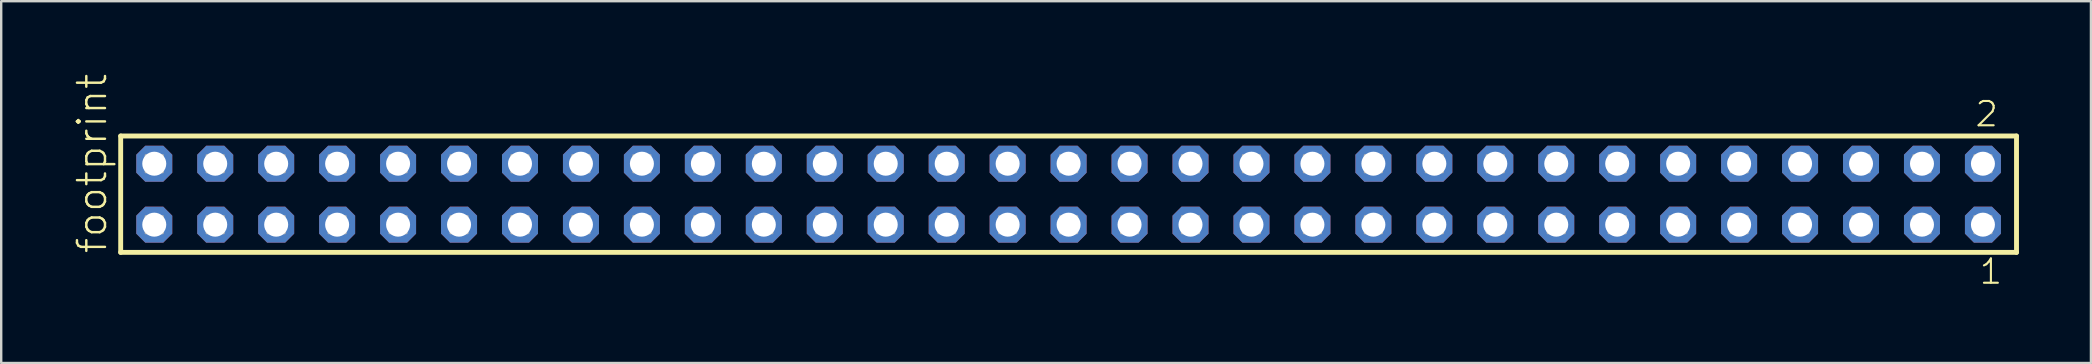
<source format=kicad_pcb>
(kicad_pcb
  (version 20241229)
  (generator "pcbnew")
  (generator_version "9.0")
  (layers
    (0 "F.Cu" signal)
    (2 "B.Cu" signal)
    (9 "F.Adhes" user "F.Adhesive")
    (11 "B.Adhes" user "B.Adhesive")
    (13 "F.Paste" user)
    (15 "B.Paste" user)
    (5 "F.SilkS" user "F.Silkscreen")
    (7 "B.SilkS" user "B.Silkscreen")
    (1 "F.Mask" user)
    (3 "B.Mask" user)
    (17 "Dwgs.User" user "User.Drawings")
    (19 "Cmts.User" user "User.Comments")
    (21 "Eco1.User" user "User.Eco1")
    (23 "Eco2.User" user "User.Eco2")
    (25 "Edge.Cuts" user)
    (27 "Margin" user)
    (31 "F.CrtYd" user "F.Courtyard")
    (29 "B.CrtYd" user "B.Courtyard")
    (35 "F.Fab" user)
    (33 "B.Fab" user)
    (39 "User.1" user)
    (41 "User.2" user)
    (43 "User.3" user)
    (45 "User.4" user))
  (footprint "footprint"
    (layer "F.Cu")
    (at 41.478 5.042)
    (property "Reference" "footprint" (at -40.005 2.54 90) (layer "F.SilkS") (effects (font (size 1.168 1.168) (thickness 0.102)) (justify left bottom)))
    (fp_line (start -39.499 -2.425) (end 39.499 -2.425) (stroke (width 0.203) (type solid)) (layer "F.SilkS"))
    (fp_line (start -39.499 2.425) (end -39.499 -2.425) (stroke (width 0.203) (type solid)) (layer "F.SilkS"))
    (fp_line (start 39.499 -2.425) (end 39.499 2.425) (stroke (width 0.203) (type solid)) (layer "F.SilkS"))
    (fp_line (start 39.499 2.425) (end -39.499 2.425) (stroke (width 0.203) (type solid)) (layer "F.SilkS"))
    (fp_poly (pts (xy -38.45 -0.92) (xy -37.75 -0.92) (xy -37.75 -1.62) (xy -38.45 -1.62)) (stroke (width 0.1) (type solid)) (fill no) (layer "F.Fab"))
    (fp_poly (pts (xy -38.45 1.62) (xy -37.75 1.62) (xy -37.75 0.92) (xy -38.45 0.92)) (stroke (width 0.1) (type solid)) (fill no) (layer "F.Fab"))
    (fp_poly (pts (xy -35.91 -0.92) (xy -35.21 -0.92) (xy -35.21 -1.62) (xy -35.91 -1.62)) (stroke (width 0.1) (type solid)) (fill no) (layer "F.Fab"))
    (fp_poly (pts (xy -35.91 1.62) (xy -35.21 1.62) (xy -35.21 0.92) (xy -35.91 0.92)) (stroke (width 0.1) (type solid)) (fill no) (layer "F.Fab"))
    (fp_poly (pts (xy -33.37 -0.92) (xy -32.67 -0.92) (xy -32.67 -1.62) (xy -33.37 -1.62)) (stroke (width 0.1) (type solid)) (fill no) (layer "F.Fab"))
    (fp_poly (pts (xy -33.37 1.62) (xy -32.67 1.62) (xy -32.67 0.92) (xy -33.37 0.92)) (stroke (width 0.1) (type solid)) (fill no) (layer "F.Fab"))
    (fp_poly (pts (xy -30.83 -0.92) (xy -30.13 -0.92) (xy -30.13 -1.62) (xy -30.83 -1.62)) (stroke (width 0.1) (type solid)) (fill no) (layer "F.Fab"))
    (fp_poly (pts (xy -30.83 1.62) (xy -30.13 1.62) (xy -30.13 0.92) (xy -30.83 0.92)) (stroke (width 0.1) (type solid)) (fill no) (layer "F.Fab"))
    (fp_poly (pts (xy -28.29 -0.92) (xy -27.59 -0.92) (xy -27.59 -1.62) (xy -28.29 -1.62)) (stroke (width 0.1) (type solid)) (fill no) (layer "F.Fab"))
    (fp_poly (pts (xy -28.29 1.62) (xy -27.59 1.62) (xy -27.59 0.92) (xy -28.29 0.92)) (stroke (width 0.1) (type solid)) (fill no) (layer "F.Fab"))
    (fp_poly (pts (xy -25.75 -0.92) (xy -25.05 -0.92) (xy -25.05 -1.62) (xy -25.75 -1.62)) (stroke (width 0.1) (type solid)) (fill no) (layer "F.Fab"))
    (fp_poly (pts (xy -25.75 1.62) (xy -25.05 1.62) (xy -25.05 0.92) (xy -25.75 0.92)) (stroke (width 0.1) (type solid)) (fill no) (layer "F.Fab"))
    (fp_poly (pts (xy -23.21 -0.92) (xy -22.51 -0.92) (xy -22.51 -1.62) (xy -23.21 -1.62)) (stroke (width 0.1) (type solid)) (fill no) (layer "F.Fab"))
    (fp_poly (pts (xy -23.21 1.62) (xy -22.51 1.62) (xy -22.51 0.92) (xy -23.21 0.92)) (stroke (width 0.1) (type solid)) (fill no) (layer "F.Fab"))
    (fp_poly (pts (xy -20.67 -0.92) (xy -19.97 -0.92) (xy -19.97 -1.62) (xy -20.67 -1.62)) (stroke (width 0.1) (type solid)) (fill no) (layer "F.Fab"))
    (fp_poly (pts (xy -20.67 1.62) (xy -19.97 1.62) (xy -19.97 0.92) (xy -20.67 0.92)) (stroke (width 0.1) (type solid)) (fill no) (layer "F.Fab"))
    (fp_poly (pts (xy -18.13 -0.92) (xy -17.43 -0.92) (xy -17.43 -1.62) (xy -18.13 -1.62)) (stroke (width 0.1) (type solid)) (fill no) (layer "F.Fab"))
    (fp_poly (pts (xy -18.13 1.62) (xy -17.43 1.62) (xy -17.43 0.92) (xy -18.13 0.92)) (stroke (width 0.1) (type solid)) (fill no) (layer "F.Fab"))
    (fp_poly (pts (xy -15.59 -0.92) (xy -14.89 -0.92) (xy -14.89 -1.62) (xy -15.59 -1.62)) (stroke (width 0.1) (type solid)) (fill no) (layer "F.Fab"))
    (fp_poly (pts (xy -15.59 1.62) (xy -14.89 1.62) (xy -14.89 0.92) (xy -15.59 0.92)) (stroke (width 0.1) (type solid)) (fill no) (layer "F.Fab"))
    (fp_poly (pts (xy -13.05 -0.92) (xy -12.35 -0.92) (xy -12.35 -1.62) (xy -13.05 -1.62)) (stroke (width 0.1) (type solid)) (fill no) (layer "F.Fab"))
    (fp_poly (pts (xy -13.05 1.62) (xy -12.35 1.62) (xy -12.35 0.92) (xy -13.05 0.92)) (stroke (width 0.1) (type solid)) (fill no) (layer "F.Fab"))
    (fp_poly (pts (xy -10.51 -0.92) (xy -9.81 -0.92) (xy -9.81 -1.62) (xy -10.51 -1.62)) (stroke (width 0.1) (type solid)) (fill no) (layer "F.Fab"))
    (fp_poly (pts (xy -10.51 1.62) (xy -9.81 1.62) (xy -9.81 0.92) (xy -10.51 0.92)) (stroke (width 0.1) (type solid)) (fill no) (layer "F.Fab"))
    (fp_poly (pts (xy -7.97 -0.92) (xy -7.27 -0.92) (xy -7.27 -1.62) (xy -7.97 -1.62)) (stroke (width 0.1) (type solid)) (fill no) (layer "F.Fab"))
    (fp_poly (pts (xy -7.97 1.62) (xy -7.27 1.62) (xy -7.27 0.92) (xy -7.97 0.92)) (stroke (width 0.1) (type solid)) (fill no) (layer "F.Fab"))
    (fp_poly (pts (xy -5.43 -0.92) (xy -4.73 -0.92) (xy -4.73 -1.62) (xy -5.43 -1.62)) (stroke (width 0.1) (type solid)) (fill no) (layer "F.Fab"))
    (fp_poly (pts (xy -5.43 1.62) (xy -4.73 1.62) (xy -4.73 0.92) (xy -5.43 0.92)) (stroke (width 0.1) (type solid)) (fill no) (layer "F.Fab"))
    (fp_poly (pts (xy -2.89 -0.92) (xy -2.19 -0.92) (xy -2.19 -1.62) (xy -2.89 -1.62)) (stroke (width 0.1) (type solid)) (fill no) (layer "F.Fab"))
    (fp_poly (pts (xy -2.89 1.62) (xy -2.19 1.62) (xy -2.19 0.92) (xy -2.89 0.92)) (stroke (width 0.1) (type solid)) (fill no) (layer "F.Fab"))
    (fp_poly (pts (xy -0.35 -0.92) (xy 0.35 -0.92) (xy 0.35 -1.62) (xy -0.35 -1.62)) (stroke (width 0.1) (type solid)) (fill no) (layer "F.Fab"))
    (fp_poly (pts (xy -0.35 1.62) (xy 0.35 1.62) (xy 0.35 0.92) (xy -0.35 0.92)) (stroke (width 0.1) (type solid)) (fill no) (layer "F.Fab"))
    (fp_poly (pts (xy 2.19 -0.92) (xy 2.89 -0.92) (xy 2.89 -1.62) (xy 2.19 -1.62)) (stroke (width 0.1) (type solid)) (fill no) (layer "F.Fab"))
    (fp_poly (pts (xy 2.19 1.62) (xy 2.89 1.62) (xy 2.89 0.92) (xy 2.19 0.92)) (stroke (width 0.1) (type solid)) (fill no) (layer "F.Fab"))
    (fp_poly (pts (xy 4.73 -0.92) (xy 5.43 -0.92) (xy 5.43 -1.62) (xy 4.73 -1.62)) (stroke (width 0.1) (type solid)) (fill no) (layer "F.Fab"))
    (fp_poly (pts (xy 4.73 1.62) (xy 5.43 1.62) (xy 5.43 0.92) (xy 4.73 0.92)) (stroke (width 0.1) (type solid)) (fill no) (layer "F.Fab"))
    (fp_poly (pts (xy 7.27 -0.92) (xy 7.97 -0.92) (xy 7.97 -1.62) (xy 7.27 -1.62)) (stroke (width 0.1) (type solid)) (fill no) (layer "F.Fab"))
    (fp_poly (pts (xy 7.27 1.62) (xy 7.97 1.62) (xy 7.97 0.92) (xy 7.27 0.92)) (stroke (width 0.1) (type solid)) (fill no) (layer "F.Fab"))
    (fp_poly (pts (xy 9.81 -0.92) (xy 10.51 -0.92) (xy 10.51 -1.62) (xy 9.81 -1.62)) (stroke (width 0.1) (type solid)) (fill no) (layer "F.Fab"))
    (fp_poly (pts (xy 9.81 1.62) (xy 10.51 1.62) (xy 10.51 0.92) (xy 9.81 0.92)) (stroke (width 0.1) (type solid)) (fill no) (layer "F.Fab"))
    (fp_poly (pts (xy 12.35 -0.92) (xy 13.05 -0.92) (xy 13.05 -1.62) (xy 12.35 -1.62)) (stroke (width 0.1) (type solid)) (fill no) (layer "F.Fab"))
    (fp_poly (pts (xy 12.35 1.62) (xy 13.05 1.62) (xy 13.05 0.92) (xy 12.35 0.92)) (stroke (width 0.1) (type solid)) (fill no) (layer "F.Fab"))
    (fp_poly (pts (xy 14.89 -0.92) (xy 15.59 -0.92) (xy 15.59 -1.62) (xy 14.89 -1.62)) (stroke (width 0.1) (type solid)) (fill no) (layer "F.Fab"))
    (fp_poly (pts (xy 14.89 1.62) (xy 15.59 1.62) (xy 15.59 0.92) (xy 14.89 0.92)) (stroke (width 0.1) (type solid)) (fill no) (layer "F.Fab"))
    (fp_poly (pts (xy 17.43 -0.92) (xy 18.13 -0.92) (xy 18.13 -1.62) (xy 17.43 -1.62)) (stroke (width 0.1) (type solid)) (fill no) (layer "F.Fab"))
    (fp_poly (pts (xy 17.43 1.62) (xy 18.13 1.62) (xy 18.13 0.92) (xy 17.43 0.92)) (stroke (width 0.1) (type solid)) (fill no) (layer "F.Fab"))
    (fp_poly (pts (xy 19.97 -0.92) (xy 20.67 -0.92) (xy 20.67 -1.62) (xy 19.97 -1.62)) (stroke (width 0.1) (type solid)) (fill no) (layer "F.Fab"))
    (fp_poly (pts (xy 19.97 1.62) (xy 20.67 1.62) (xy 20.67 0.92) (xy 19.97 0.92)) (stroke (width 0.1) (type solid)) (fill no) (layer "F.Fab"))
    (fp_poly (pts (xy 22.51 -0.92) (xy 23.21 -0.92) (xy 23.21 -1.62) (xy 22.51 -1.62)) (stroke (width 0.1) (type solid)) (fill no) (layer "F.Fab"))
    (fp_poly (pts (xy 22.51 1.62) (xy 23.21 1.62) (xy 23.21 0.92) (xy 22.51 0.92)) (stroke (width 0.1) (type solid)) (fill no) (layer "F.Fab"))
    (fp_poly (pts (xy 25.05 -0.92) (xy 25.75 -0.92) (xy 25.75 -1.62) (xy 25.05 -1.62)) (stroke (width 0.1) (type solid)) (fill no) (layer "F.Fab"))
    (fp_poly (pts (xy 25.05 1.62) (xy 25.75 1.62) (xy 25.75 0.92) (xy 25.05 0.92)) (stroke (width 0.1) (type solid)) (fill no) (layer "F.Fab"))
    (fp_poly (pts (xy 27.59 -0.92) (xy 28.29 -0.92) (xy 28.29 -1.62) (xy 27.59 -1.62)) (stroke (width 0.1) (type solid)) (fill no) (layer "F.Fab"))
    (fp_poly (pts (xy 27.59 1.62) (xy 28.29 1.62) (xy 28.29 0.92) (xy 27.59 0.92)) (stroke (width 0.1) (type solid)) (fill no) (layer "F.Fab"))
    (fp_poly (pts (xy 30.13 -0.92) (xy 30.83 -0.92) (xy 30.83 -1.62) (xy 30.13 -1.62)) (stroke (width 0.1) (type solid)) (fill no) (layer "F.Fab"))
    (fp_poly (pts (xy 30.13 1.62) (xy 30.83 1.62) (xy 30.83 0.92) (xy 30.13 0.92)) (stroke (width 0.1) (type solid)) (fill no) (layer "F.Fab"))
    (fp_poly (pts (xy 32.67 -0.92) (xy 33.37 -0.92) (xy 33.37 -1.62) (xy 32.67 -1.62)) (stroke (width 0.1) (type solid)) (fill no) (layer "F.Fab"))
    (fp_poly (pts (xy 32.67 1.62) (xy 33.37 1.62) (xy 33.37 0.92) (xy 32.67 0.92)) (stroke (width 0.1) (type solid)) (fill no) (layer "F.Fab"))
    (fp_poly (pts (xy 35.21 -0.92) (xy 35.91 -0.92) (xy 35.91 -1.62) (xy 35.21 -1.62)) (stroke (width 0.1) (type solid)) (fill no) (layer "F.Fab"))
    (fp_poly (pts (xy 35.21 1.62) (xy 35.91 1.62) (xy 35.91 0.92) (xy 35.21 0.92)) (stroke (width 0.1) (type solid)) (fill no) (layer "F.Fab"))
    (fp_poly (pts (xy 37.75 -0.92) (xy 38.45 -0.92) (xy 38.45 -1.62) (xy 37.75 -1.62)) (stroke (width 0.1) (type solid)) (fill no) (layer "F.Fab"))
    (fp_poly (pts (xy 37.75 1.62) (xy 38.45 1.62) (xy 38.45 0.92) (xy 37.75 0.92)) (stroke (width 0.1) (type solid)) (fill no) (layer "F.Fab"))
    (fp_text user "1" (at 37.892 3.818 0) (layer "F.SilkS") (effects (font (size 1.012 1.012) (thickness 0.088)) (justify left bottom)))
    (fp_text user "2" (at 37.717 -2.744 0) (layer "F.SilkS") (effects (font (size 1.012 1.012) (thickness 0.088)) (justify left bottom)))
    (pad "1" thru_hole roundrect (at 38.1 1.27 180) (size 1.5 1.5) (drill 1) (layers "*.Cu" "*.Mask") (roundrect_rratio 0.25) (chamfer_ratio 0.25) (chamfer top_left top_right bottom_left bottom_right))
    (pad "2" thru_hole roundrect (at 38.1 -1.27 180) (size 1.5 1.5) (drill 1) (layers "*.Cu" "*.Mask") (roundrect_rratio 0.25) (chamfer_ratio 0.25) (chamfer top_left top_right bottom_left bottom_right))
    (pad "3" thru_hole roundrect (at 35.56 1.27 180) (size 1.5 1.5) (drill 1) (layers "*.Cu" "*.Mask") (roundrect_rratio 0.25) (chamfer_ratio 0.25) (chamfer top_left top_right bottom_left bottom_right))
    (pad "4" thru_hole roundrect (at 35.56 -1.27 180) (size 1.5 1.5) (drill 1) (layers "*.Cu" "*.Mask") (roundrect_rratio 0.25) (chamfer_ratio 0.25) (chamfer top_left top_right bottom_left bottom_right))
    (pad "5" thru_hole roundrect (at 33.02 1.27 180) (size 1.5 1.5) (drill 1) (layers "*.Cu" "*.Mask") (roundrect_rratio 0.25) (chamfer_ratio 0.25) (chamfer top_left top_right bottom_left bottom_right))
    (pad "6" thru_hole roundrect (at 33.02 -1.27 180) (size 1.5 1.5) (drill 1) (layers "*.Cu" "*.Mask") (roundrect_rratio 0.25) (chamfer_ratio 0.25) (chamfer top_left top_right bottom_left bottom_right))
    (pad "7" thru_hole roundrect (at 30.48 1.27 180) (size 1.5 1.5) (drill 1) (layers "*.Cu" "*.Mask") (roundrect_rratio 0.25) (chamfer_ratio 0.25) (chamfer top_left top_right bottom_left bottom_right))
    (pad "8" thru_hole roundrect (at 30.48 -1.27 180) (size 1.5 1.5) (drill 1) (layers "*.Cu" "*.Mask") (roundrect_rratio 0.25) (chamfer_ratio 0.25) (chamfer top_left top_right bottom_left bottom_right))
    (pad "9" thru_hole roundrect (at 27.94 1.27 180) (size 1.5 1.5) (drill 1) (layers "*.Cu" "*.Mask") (roundrect_rratio 0.25) (chamfer_ratio 0.25) (chamfer top_left top_right bottom_left bottom_right))
    (pad "10" thru_hole roundrect (at 27.94 -1.27 180) (size 1.5 1.5) (drill 1) (layers "*.Cu" "*.Mask") (roundrect_rratio 0.25) (chamfer_ratio 0.25) (chamfer top_left top_right bottom_left bottom_right))
    (pad "11" thru_hole roundrect (at 25.4 1.27 180) (size 1.5 1.5) (drill 1) (layers "*.Cu" "*.Mask") (roundrect_rratio 0.25) (chamfer_ratio 0.25) (chamfer top_left top_right bottom_left bottom_right))
    (pad "12" thru_hole roundrect (at 25.4 -1.27 180) (size 1.5 1.5) (drill 1) (layers "*.Cu" "*.Mask") (roundrect_rratio 0.25) (chamfer_ratio 0.25) (chamfer top_left top_right bottom_left bottom_right))
    (pad "13" thru_hole roundrect (at 22.86 1.27 180) (size 1.5 1.5) (drill 1) (layers "*.Cu" "*.Mask") (roundrect_rratio 0.25) (chamfer_ratio 0.25) (chamfer top_left top_right bottom_left bottom_right))
    (pad "14" thru_hole roundrect (at 22.86 -1.27 180) (size 1.5 1.5) (drill 1) (layers "*.Cu" "*.Mask") (roundrect_rratio 0.25) (chamfer_ratio 0.25) (chamfer top_left top_right bottom_left bottom_right))
    (pad "15" thru_hole roundrect (at 20.32 1.27 180) (size 1.5 1.5) (drill 1) (layers "*.Cu" "*.Mask") (roundrect_rratio 0.25) (chamfer_ratio 0.25) (chamfer top_left top_right bottom_left bottom_right))
    (pad "16" thru_hole roundrect (at 20.32 -1.27 180) (size 1.5 1.5) (drill 1) (layers "*.Cu" "*.Mask") (roundrect_rratio 0.25) (chamfer_ratio 0.25) (chamfer top_left top_right bottom_left bottom_right))
    (pad "17" thru_hole roundrect (at 17.78 1.27 180) (size 1.5 1.5) (drill 1) (layers "*.Cu" "*.Mask") (roundrect_rratio 0.25) (chamfer_ratio 0.25) (chamfer top_left top_right bottom_left bottom_right))
    (pad "18" thru_hole roundrect (at 17.78 -1.27 180) (size 1.5 1.5) (drill 1) (layers "*.Cu" "*.Mask") (roundrect_rratio 0.25) (chamfer_ratio 0.25) (chamfer top_left top_right bottom_left bottom_right))
    (pad "19" thru_hole roundrect (at 15.24 1.27 180) (size 1.5 1.5) (drill 1) (layers "*.Cu" "*.Mask") (roundrect_rratio 0.25) (chamfer_ratio 0.25) (chamfer top_left top_right bottom_left bottom_right))
    (pad "20" thru_hole roundrect (at 15.24 -1.27 180) (size 1.5 1.5) (drill 1) (layers "*.Cu" "*.Mask") (roundrect_rratio 0.25) (chamfer_ratio 0.25) (chamfer top_left top_right bottom_left bottom_right))
    (pad "21" thru_hole roundrect (at 12.7 1.27 180) (size 1.5 1.5) (drill 1) (layers "*.Cu" "*.Mask") (roundrect_rratio 0.25) (chamfer_ratio 0.25) (chamfer top_left top_right bottom_left bottom_right))
    (pad "22" thru_hole roundrect (at 12.7 -1.27 180) (size 1.5 1.5) (drill 1) (layers "*.Cu" "*.Mask") (roundrect_rratio 0.25) (chamfer_ratio 0.25) (chamfer top_left top_right bottom_left bottom_right))
    (pad "23" thru_hole roundrect (at 10.16 1.27 180) (size 1.5 1.5) (drill 1) (layers "*.Cu" "*.Mask") (roundrect_rratio 0.25) (chamfer_ratio 0.25) (chamfer top_left top_right bottom_left bottom_right))
    (pad "24" thru_hole roundrect (at 10.16 -1.27 180) (size 1.5 1.5) (drill 1) (layers "*.Cu" "*.Mask") (roundrect_rratio 0.25) (chamfer_ratio 0.25) (chamfer top_left top_right bottom_left bottom_right))
    (pad "25" thru_hole roundrect (at 7.62 1.27 180) (size 1.5 1.5) (drill 1) (layers "*.Cu" "*.Mask") (roundrect_rratio 0.25) (chamfer_ratio 0.25) (chamfer top_left top_right bottom_left bottom_right))
    (pad "26" thru_hole roundrect (at 7.62 -1.27 180) (size 1.5 1.5) (drill 1) (layers "*.Cu" "*.Mask") (roundrect_rratio 0.25) (chamfer_ratio 0.25) (chamfer top_left top_right bottom_left bottom_right))
    (pad "27" thru_hole roundrect (at 5.08 1.27 180) (size 1.5 1.5) (drill 1) (layers "*.Cu" "*.Mask") (roundrect_rratio 0.25) (chamfer_ratio 0.25) (chamfer top_left top_right bottom_left bottom_right))
    (pad "28" thru_hole roundrect (at 5.08 -1.27 180) (size 1.5 1.5) (drill 1) (layers "*.Cu" "*.Mask") (roundrect_rratio 0.25) (chamfer_ratio 0.25) (chamfer top_left top_right bottom_left bottom_right))
    (pad "29" thru_hole roundrect (at 2.54 1.27 180) (size 1.5 1.5) (drill 1) (layers "*.Cu" "*.Mask") (roundrect_rratio 0.25) (chamfer_ratio 0.25) (chamfer top_left top_right bottom_left bottom_right))
    (pad "30" thru_hole roundrect (at 2.54 -1.27 180) (size 1.5 1.5) (drill 1) (layers "*.Cu" "*.Mask") (roundrect_rratio 0.25) (chamfer_ratio 0.25) (chamfer top_left top_right bottom_left bottom_right))
    (pad "31" thru_hole roundrect (at 0 1.27 180) (size 1.5 1.5) (drill 1) (layers "*.Cu" "*.Mask") (roundrect_rratio 0.25) (chamfer_ratio 0.25) (chamfer top_left top_right bottom_left bottom_right))
    (pad "32" thru_hole roundrect (at 0 -1.27 180) (size 1.5 1.5) (drill 1) (layers "*.Cu" "*.Mask") (roundrect_rratio 0.25) (chamfer_ratio 0.25) (chamfer top_left top_right bottom_left bottom_right))
    (pad "33" thru_hole roundrect (at -2.54 1.27 180) (size 1.5 1.5) (drill 1) (layers "*.Cu" "*.Mask") (roundrect_rratio 0.25) (chamfer_ratio 0.25) (chamfer top_left top_right bottom_left bottom_right))
    (pad "34" thru_hole roundrect (at -2.54 -1.27 180) (size 1.5 1.5) (drill 1) (layers "*.Cu" "*.Mask") (roundrect_rratio 0.25) (chamfer_ratio 0.25) (chamfer top_left top_right bottom_left bottom_right))
    (pad "35" thru_hole roundrect (at -5.08 1.27 180) (size 1.5 1.5) (drill 1) (layers "*.Cu" "*.Mask") (roundrect_rratio 0.25) (chamfer_ratio 0.25) (chamfer top_left top_right bottom_left bottom_right))
    (pad "36" thru_hole roundrect (at -5.08 -1.27 180) (size 1.5 1.5) (drill 1) (layers "*.Cu" "*.Mask") (roundrect_rratio 0.25) (chamfer_ratio 0.25) (chamfer top_left top_right bottom_left bottom_right))
    (pad "37" thru_hole roundrect (at -7.62 1.27 180) (size 1.5 1.5) (drill 1) (layers "*.Cu" "*.Mask") (roundrect_rratio 0.25) (chamfer_ratio 0.25) (chamfer top_left top_right bottom_left bottom_right))
    (pad "38" thru_hole roundrect (at -7.62 -1.27 180) (size 1.5 1.5) (drill 1) (layers "*.Cu" "*.Mask") (roundrect_rratio 0.25) (chamfer_ratio 0.25) (chamfer top_left top_right bottom_left bottom_right))
    (pad "39" thru_hole roundrect (at -10.16 1.27 180) (size 1.5 1.5) (drill 1) (layers "*.Cu" "*.Mask") (roundrect_rratio 0.25) (chamfer_ratio 0.25) (chamfer top_left top_right bottom_left bottom_right))
    (pad "40" thru_hole roundrect (at -10.16 -1.27 180) (size 1.5 1.5) (drill 1) (layers "*.Cu" "*.Mask") (roundrect_rratio 0.25) (chamfer_ratio 0.25) (chamfer top_left top_right bottom_left bottom_right))
    (pad "41" thru_hole roundrect (at -12.7 1.27 180) (size 1.5 1.5) (drill 1) (layers "*.Cu" "*.Mask") (roundrect_rratio 0.25) (chamfer_ratio 0.25) (chamfer top_left top_right bottom_left bottom_right))
    (pad "42" thru_hole roundrect (at -12.7 -1.27 180) (size 1.5 1.5) (drill 1) (layers "*.Cu" "*.Mask") (roundrect_rratio 0.25) (chamfer_ratio 0.25) (chamfer top_left top_right bottom_left bottom_right))
    (pad "43" thru_hole roundrect (at -15.24 1.27 180) (size 1.5 1.5) (drill 1) (layers "*.Cu" "*.Mask") (roundrect_rratio 0.25) (chamfer_ratio 0.25) (chamfer top_left top_right bottom_left bottom_right))
    (pad "44" thru_hole roundrect (at -15.24 -1.27 180) (size 1.5 1.5) (drill 1) (layers "*.Cu" "*.Mask") (roundrect_rratio 0.25) (chamfer_ratio 0.25) (chamfer top_left top_right bottom_left bottom_right))
    (pad "45" thru_hole roundrect (at -17.78 1.27 180) (size 1.5 1.5) (drill 1) (layers "*.Cu" "*.Mask") (roundrect_rratio 0.25) (chamfer_ratio 0.25) (chamfer top_left top_right bottom_left bottom_right))
    (pad "46" thru_hole roundrect (at -17.78 -1.27 180) (size 1.5 1.5) (drill 1) (layers "*.Cu" "*.Mask") (roundrect_rratio 0.25) (chamfer_ratio 0.25) (chamfer top_left top_right bottom_left bottom_right))
    (pad "47" thru_hole roundrect (at -20.32 1.27 180) (size 1.5 1.5) (drill 1) (layers "*.Cu" "*.Mask") (roundrect_rratio 0.25) (chamfer_ratio 0.25) (chamfer top_left top_right bottom_left bottom_right))
    (pad "48" thru_hole roundrect (at -20.32 -1.27 180) (size 1.5 1.5) (drill 1) (layers "*.Cu" "*.Mask") (roundrect_rratio 0.25) (chamfer_ratio 0.25) (chamfer top_left top_right bottom_left bottom_right))
    (pad "49" thru_hole roundrect (at -22.86 1.27 180) (size 1.5 1.5) (drill 1) (layers "*.Cu" "*.Mask") (roundrect_rratio 0.25) (chamfer_ratio 0.25) (chamfer top_left top_right bottom_left bottom_right))
    (pad "50" thru_hole roundrect (at -22.86 -1.27 180) (size 1.5 1.5) (drill 1) (layers "*.Cu" "*.Mask") (roundrect_rratio 0.25) (chamfer_ratio 0.25) (chamfer top_left top_right bottom_left bottom_right))
    (pad "51" thru_hole roundrect (at -25.4 1.27 180) (size 1.5 1.5) (drill 1) (layers "*.Cu" "*.Mask") (roundrect_rratio 0.25) (chamfer_ratio 0.25) (chamfer top_left top_right bottom_left bottom_right))
    (pad "52" thru_hole roundrect (at -25.4 -1.27 180) (size 1.5 1.5) (drill 1) (layers "*.Cu" "*.Mask") (roundrect_rratio 0.25) (chamfer_ratio 0.25) (chamfer top_left top_right bottom_left bottom_right))
    (pad "53" thru_hole roundrect (at -27.94 1.27 180) (size 1.5 1.5) (drill 1) (layers "*.Cu" "*.Mask") (roundrect_rratio 0.25) (chamfer_ratio 0.25) (chamfer top_left top_right bottom_left bottom_right))
    (pad "54" thru_hole roundrect (at -27.94 -1.27 180) (size 1.5 1.5) (drill 1) (layers "*.Cu" "*.Mask") (roundrect_rratio 0.25) (chamfer_ratio 0.25) (chamfer top_left top_right bottom_left bottom_right))
    (pad "55" thru_hole roundrect (at -30.48 1.27 180) (size 1.5 1.5) (drill 1) (layers "*.Cu" "*.Mask") (roundrect_rratio 0.25) (chamfer_ratio 0.25) (chamfer top_left top_right bottom_left bottom_right))
    (pad "56" thru_hole roundrect (at -30.48 -1.27 180) (size 1.5 1.5) (drill 1) (layers "*.Cu" "*.Mask") (roundrect_rratio 0.25) (chamfer_ratio 0.25) (chamfer top_left top_right bottom_left bottom_right))
    (pad "57" thru_hole roundrect (at -33.02 1.27 180) (size 1.5 1.5) (drill 1) (layers "*.Cu" "*.Mask") (roundrect_rratio 0.25) (chamfer_ratio 0.25) (chamfer top_left top_right bottom_left bottom_right))
    (pad "58" thru_hole roundrect (at -33.02 -1.27 180) (size 1.5 1.5) (drill 1) (layers "*.Cu" "*.Mask") (roundrect_rratio 0.25) (chamfer_ratio 0.25) (chamfer top_left top_right bottom_left bottom_right))
    (pad "59" thru_hole roundrect (at -35.56 1.27 180) (size 1.5 1.5) (drill 1) (layers "*.Cu" "*.Mask") (roundrect_rratio 0.25) (chamfer_ratio 0.25) (chamfer top_left top_right bottom_left bottom_right))
    (pad "60" thru_hole roundrect (at -35.56 -1.27 180) (size 1.5 1.5) (drill 1) (layers "*.Cu" "*.Mask") (roundrect_rratio 0.25) (chamfer_ratio 0.25) (chamfer top_left top_right bottom_left bottom_right))
    (pad "61" thru_hole roundrect (at -38.1 1.27 180) (size 1.5 1.5) (drill 1) (layers "*.Cu" "*.Mask") (roundrect_rratio 0.25) (chamfer_ratio 0.25) (chamfer top_left top_right bottom_left bottom_right))
    (pad "62" thru_hole roundrect (at -38.1 -1.27 180) (size 1.5 1.5) (drill 1) (layers "*.Cu" "*.Mask") (roundrect_rratio 0.25) (chamfer_ratio 0.25) (chamfer top_left top_right bottom_left bottom_right)))
  (gr_rect
    (start -3 -3)
    (end 84.079 12.077)
    (stroke (width 0.1) (type default))
    (fill no)
    (layer "Edge.Cuts")))
</source>
